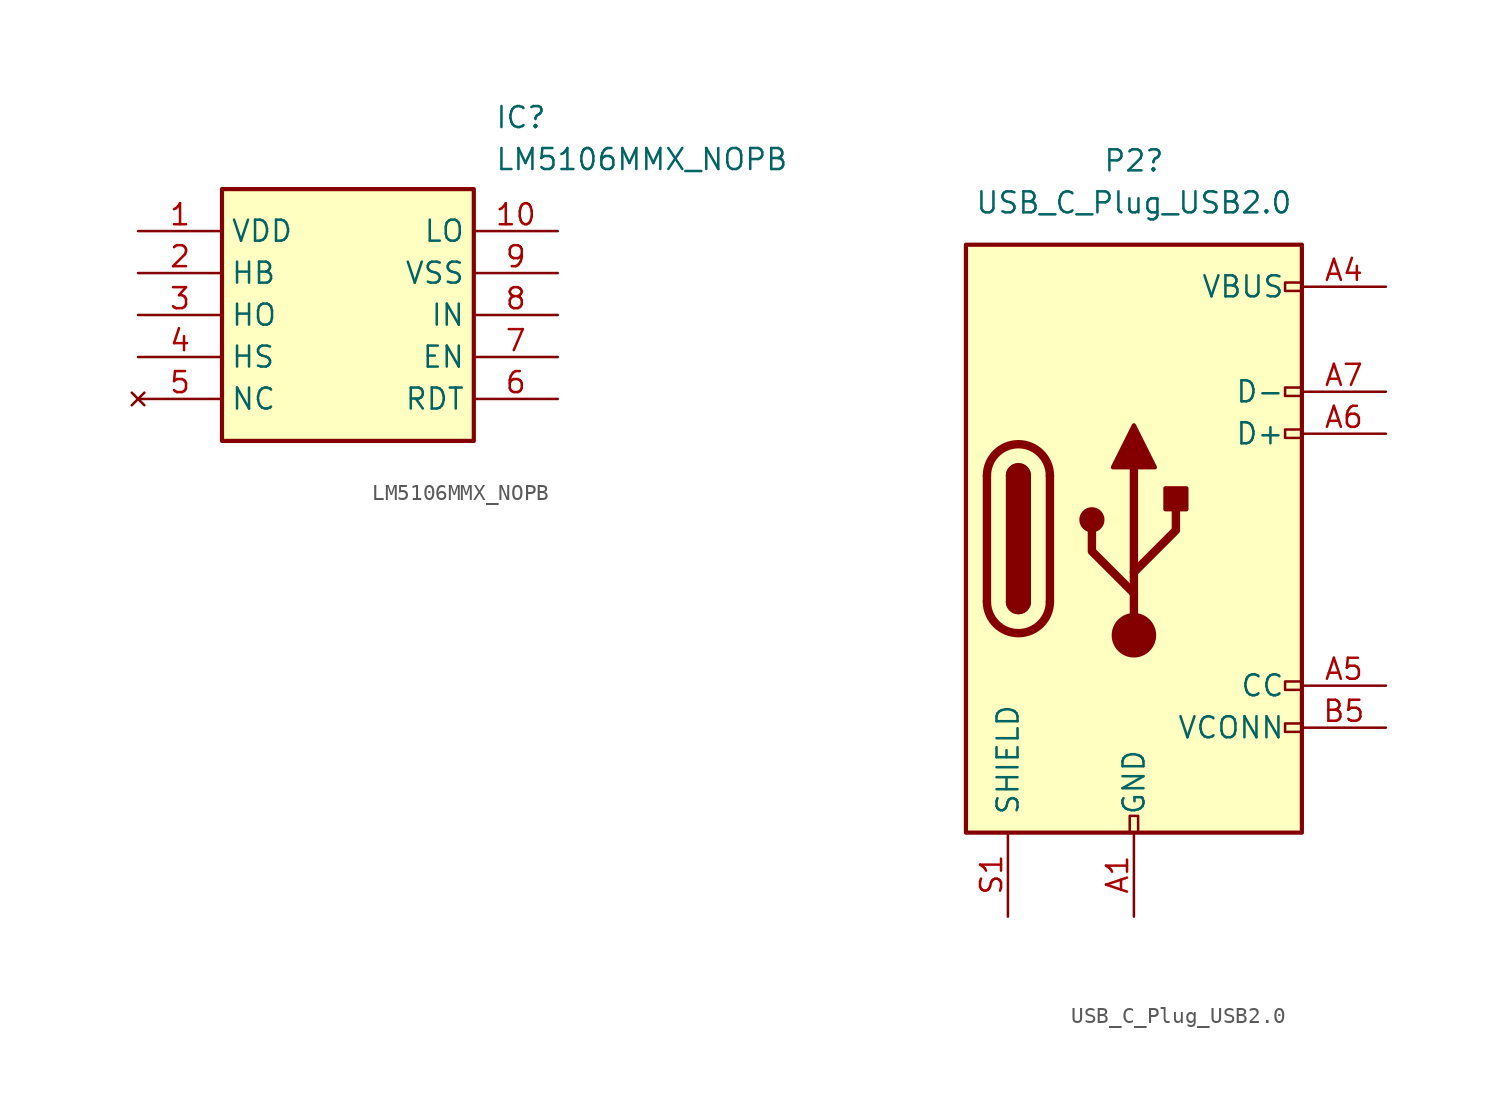
<source format=kicad_sym>
(kicad_symbol_lib
  (version 20220914)
  (generator kicad_symbol_editor)
  (symbol "LM5106MMX_NOPB"
    (property "Reference" "IC"
      (at 21.59 7.62 0)
      (effects (font (size 1.27 1.27)) (justify left top)))
    (property "Value" "LM5106MMX_NOPB"
      (at 21.59 5.08 0)
      (effects (font (size 1.27 1.27)) (justify left top)))
    (symbol "LM5106MMX_NOPB_1_1"
      (rectangle (start 5.08 2.54) (end 20.32 -12.7) (stroke (width 0.254) (type default)) (fill (type background)))
      (pin passive line (at 0 0 0) (length 5.08) (name "VDD" (effects (font (size 1.27 1.27)))) (number "1" (effects (font (size 1.27 1.27)))))
      (pin passive line (at 25.4 0 180) (length 5.08) (name "LO" (effects (font (size 1.27 1.27)))) (number "10" (effects (font (size 1.27 1.27)))))
      (pin passive line (at 0 -2.54 0) (length 5.08) (name "HB" (effects (font (size 1.27 1.27)))) (number "2" (effects (font (size 1.27 1.27)))))
      (pin passive line (at 0 -5.08 0) (length 5.08) (name "HO" (effects (font (size 1.27 1.27)))) (number "3" (effects (font (size 1.27 1.27)))))
      (pin passive line (at 0 -7.62 0) (length 5.08) (name "HS" (effects (font (size 1.27 1.27)))) (number "4" (effects (font (size 1.27 1.27)))))
      (pin no_connect line (at 0 -10.16 0) (length 5.08) (name "NC" (effects (font (size 1.27 1.27)))) (number "5" (effects (font (size 1.27 1.27)))))
      (pin passive line (at 25.4 -10.16 180) (length 5.08) (name "RDT" (effects (font (size 1.27 1.27)))) (number "6" (effects (font (size 1.27 1.27)))))
      (pin passive line (at 25.4 -7.62 180) (length 5.08) (name "EN" (effects (font (size 1.27 1.27)))) (number "7" (effects (font (size 1.27 1.27)))))
      (pin passive line (at 25.4 -5.08 180) (length 5.08) (name "IN" (effects (font (size 1.27 1.27)))) (number "8" (effects (font (size 1.27 1.27)))))
      (pin passive line (at 25.4 -2.54 180) (length 5.08) (name "VSS" (effects (font (size 1.27 1.27)))) (number "9" (effects (font (size 1.27 1.27)))))))
  (symbol "USB_C_Plug_USB2.0"
    (pin_names
      (offset 1.016))
    (property "Reference" "P2"
      (at 0 22.86 0)
      (effects (font (size 1.27 1.27))))
    (property "Value" "USB_C_Plug_USB2.0"
      (at 0 20.32 0)
      (effects (font (size 1.27 1.27))))
    (symbol "USB_C_Plug_USB2.0_0_0"
      (rectangle (start -0.254 -17.78) (end 0.254 -16.764) (stroke (width 0) (type default)) (fill (type none)))
      (rectangle (start 10.16 -11.176) (end 9.144 -11.684) (stroke (width 0) (type default)) (fill (type none)))
      (rectangle (start 10.16 -8.636) (end 9.144 -9.144) (stroke (width 0) (type default)) (fill (type none)))
      (rectangle (start 10.16 6.604) (end 9.144 6.096) (stroke (width 0) (type default)) (fill (type none)))
      (rectangle (start 10.16 9.144) (end 9.144 8.636) (stroke (width 0) (type default)) (fill (type none)))
      (rectangle (start 10.16 15.494) (end 9.144 14.986) (stroke (width 0) (type default)) (fill (type none))))
    (symbol "USB_C_Plug_USB2.0_0_1"
      (rectangle (start -10.16 17.78) (end 10.16 -17.78) (stroke (width 0.254) (type default)) (fill (type background)))
      (arc (start -8.89 -3.81) (mid -6.985 -5.7067) (end -5.08 -3.81) (stroke (width 0.508) (type default)) (fill (type none)))
      (arc (start -7.62 -3.81) (mid -6.985 -4.4423) (end -6.35 -3.81) (stroke (width 0.254) (type default)) (fill (type none)))
      (arc (start -7.62 -3.81) (mid -6.985 -4.4423) (end -6.35 -3.81) (stroke (width 0.254) (type default)) (fill (type outline)))
      (rectangle (start -7.62 -3.81) (end -6.35 3.81) (stroke (width 0.254) (type default)) (fill (type outline)))
      (arc (start -6.35 3.81) (mid -6.985 4.4423) (end -7.62 3.81) (stroke (width 0.254) (type default)) (fill (type none)))
      (arc (start -6.35 3.81) (mid -6.985 4.4423) (end -7.62 3.81) (stroke (width 0.254) (type default)) (fill (type outline)))
      (arc (start -5.08 3.81) (mid -6.985 5.7067) (end -8.89 3.81) (stroke (width 0.508) (type default)) (fill (type none)))
      (circle (center -2.54 1.143) (radius 0.635) (stroke (width 0.254) (type default)) (fill (type outline)))
      (circle (center 0 -5.842) (radius 1.27) (stroke (width 0) (type default)) (fill (type outline)))
      (polyline (pts (xy -8.89 -3.81) (xy -8.89 3.81)) (stroke (width 0.508) (type default)) (fill (type none)))
      (polyline (pts (xy -5.08 3.81) (xy -5.08 -3.81)) (stroke (width 0.508) (type default)) (fill (type none)))
      (polyline (pts (xy 0 -5.842) (xy 0 4.318)) (stroke (width 0.508) (type default)) (fill (type none)))
      (polyline (pts (xy 0 -3.302) (xy -2.54 -0.762) (xy -2.54 0.508)) (stroke (width 0.508) (type default)) (fill (type none)))
      (polyline (pts (xy 0 -2.032) (xy 2.54 0.508) (xy 2.54 1.778)) (stroke (width 0.508) (type default)) (fill (type none)))
      (polyline (pts (xy -1.27 4.318) (xy 0 6.858) (xy 1.27 4.318) (xy -1.27 4.318)) (stroke (width 0.254) (type default)) (fill (type outline)))
      (rectangle (start 1.905 1.778) (end 3.175 3.048) (stroke (width 0.254) (type default)) (fill (type outline))))
    (symbol "USB_C_Plug_USB2.0_1_1"
      (pin passive line (at 0 -22.86 90) (length 5.08) (name "GND" (effects (font (size 1.27 1.27)))) (number "A1" (effects (font (size 1.27 1.27)))))
      (pin passive line (at 0 -22.86 90) (length 5.08) hide (name "GND" (effects (font (size 1.27 1.27)))) (number "A12" (effects (font (size 1.27 1.27)))))
      (pin passive line (at 15.24 15.24 180) (length 5.08) (name "VBUS" (effects (font (size 1.27 1.27)))) (number "A4" (effects (font (size 1.27 1.27)))))
      (pin bidirectional line (at 15.24 -8.89 180) (length 5.08) (name "CC" (effects (font (size 1.27 1.27)))) (number "A5" (effects (font (size 1.27 1.27)))))
      (pin bidirectional line (at 15.24 6.35 180) (length 5.08) (name "D+" (effects (font (size 1.27 1.27)))) (number "A6" (effects (font (size 1.27 1.27)))))
      (pin bidirectional line (at 15.24 8.89 180) (length 5.08) (name "D-" (effects (font (size 1.27 1.27)))) (number "A7" (effects (font (size 1.27 1.27)))))
      (pin passive line (at 15.24 15.24 180) (length 5.08) hide (name "VBUS" (effects (font (size 1.27 1.27)))) (number "A9" (effects (font (size 1.27 1.27)))))
      (pin passive line (at 0 -22.86 90) (length 5.08) hide (name "GND" (effects (font (size 1.27 1.27)))) (number "B1" (effects (font (size 1.27 1.27)))))
      (pin passive line (at 0 -22.86 90) (length 5.08) hide (name "GND" (effects (font (size 1.27 1.27)))) (number "B12" (effects (font (size 1.27 1.27)))))
      (pin passive line (at 15.24 15.24 180) (length 5.08) hide (name "VBUS" (effects (font (size 1.27 1.27)))) (number "B4" (effects (font (size 1.27 1.27)))))
      (pin bidirectional line (at 15.24 -11.43 180) (length 5.08) (name "VCONN" (effects (font (size 1.27 1.27)))) (number "B5" (effects (font (size 1.27 1.27)))))
      (pin passive line (at 15.24 15.24 180) (length 5.08) hide (name "VBUS" (effects (font (size 1.27 1.27)))) (number "B9" (effects (font (size 1.27 1.27)))))
      (pin passive line (at -7.62 -22.86 90) (length 5.08) (name "SHIELD" (effects (font (size 1.27 1.27)))) (number "S1" (effects (font (size 1.27 1.27))))))))
</source>
